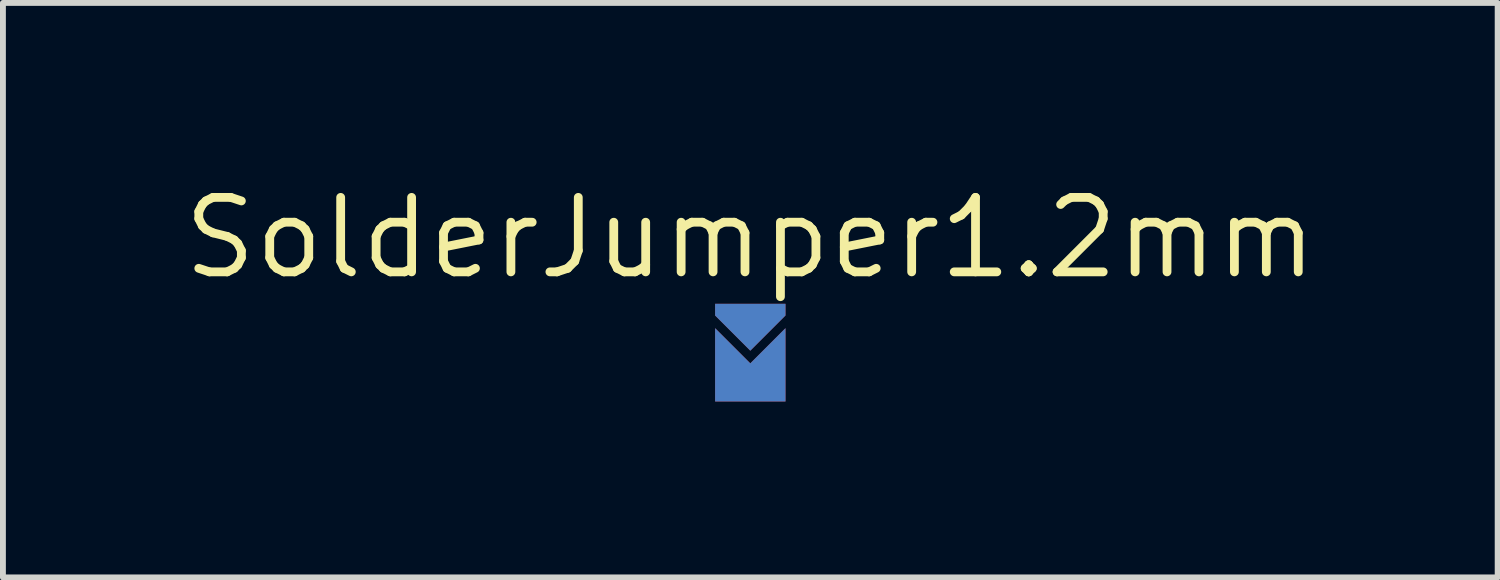
<source format=kicad_pcb>
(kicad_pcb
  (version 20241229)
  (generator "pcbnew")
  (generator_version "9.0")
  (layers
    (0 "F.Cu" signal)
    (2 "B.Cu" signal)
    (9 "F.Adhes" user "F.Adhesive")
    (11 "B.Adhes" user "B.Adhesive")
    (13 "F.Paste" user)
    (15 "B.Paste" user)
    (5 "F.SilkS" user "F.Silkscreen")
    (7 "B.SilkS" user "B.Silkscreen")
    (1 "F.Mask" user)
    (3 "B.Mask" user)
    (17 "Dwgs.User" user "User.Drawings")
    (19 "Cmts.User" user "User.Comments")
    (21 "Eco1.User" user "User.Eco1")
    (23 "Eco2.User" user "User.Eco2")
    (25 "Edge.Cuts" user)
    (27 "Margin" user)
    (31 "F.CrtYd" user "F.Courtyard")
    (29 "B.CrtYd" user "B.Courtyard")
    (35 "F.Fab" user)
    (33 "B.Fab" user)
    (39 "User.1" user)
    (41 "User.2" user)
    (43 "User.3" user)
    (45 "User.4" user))
  (footprint "SolderJumper1.2mm"
    (layer "F.Cu")
    (at 9.744 3.038)
    (property "Reference" "SolderJumper1.2mm" (at 0 -2.032 0) (layer "F.SilkS") (effects (font (size 1.27 1.27) (thickness 0.15))))
    (attr through_hole)
    (fp_rect (start -0.53 -0.762) (end 0.53 0.254) (stroke (width 0.1) (type solid)) (fill yes) (layer "F.Mask"))
    (fp_rect (start -0.53 -0.762) (end 0.53 0.254) (stroke (width 0.1) (type solid)) (fill yes) (layer "B.Mask"))
    (pad "" smd custom (at 0 -0.508) (size 0.1 0.1) (layers "F.Cu" "F.Mask") (options (anchor rect)) (primitives (gr_poly (pts (xy 0.6 -0.4) (xy -0.6 -0.4) (xy -0.6 -0.2) (xy 0 0.4) (xy 0.6 -0.2)) (width 0) (fill yes))))
    (pad "" smd custom (at 0 -0.508) (size 0.1 0.1) (layers "B.Cu" "B.Mask") (options (anchor rect)) (primitives (gr_poly (pts (xy 0.6 -0.4) (xy -0.6 -0.4) (xy -0.6 -0.2) (xy 0 0.4) (xy 0.6 -0.2)) (width 0) (fill yes))))
    (pad "" smd custom (at 0 0.508) (size 1.2 0.5) (layers "F.Cu" "F.Mask") (options (anchor rect)) (primitives (gr_poly (pts (xy 0.6 0) (xy -0.6 0) (xy -0.6 -1) (xy 0 -0.4) (xy 0.6 -1)) (width 0) (fill yes))))
    (pad "" smd custom (at 0 0.508) (size 1.2 0.5) (layers "B.Cu" "B.Mask") (options (anchor rect)) (primitives (gr_poly (pts (xy 0.6 0) (xy -0.6 0) (xy -0.6 -1) (xy 0 -0.4) (xy 0.6 -1)) (width 0) (fill yes)))))
  (gr_rect
    (start -3 -3)
    (end 22.488 6.796)
    (stroke (width 0.1) (type default))
    (fill no)
    (layer "Edge.Cuts")))
</source>
